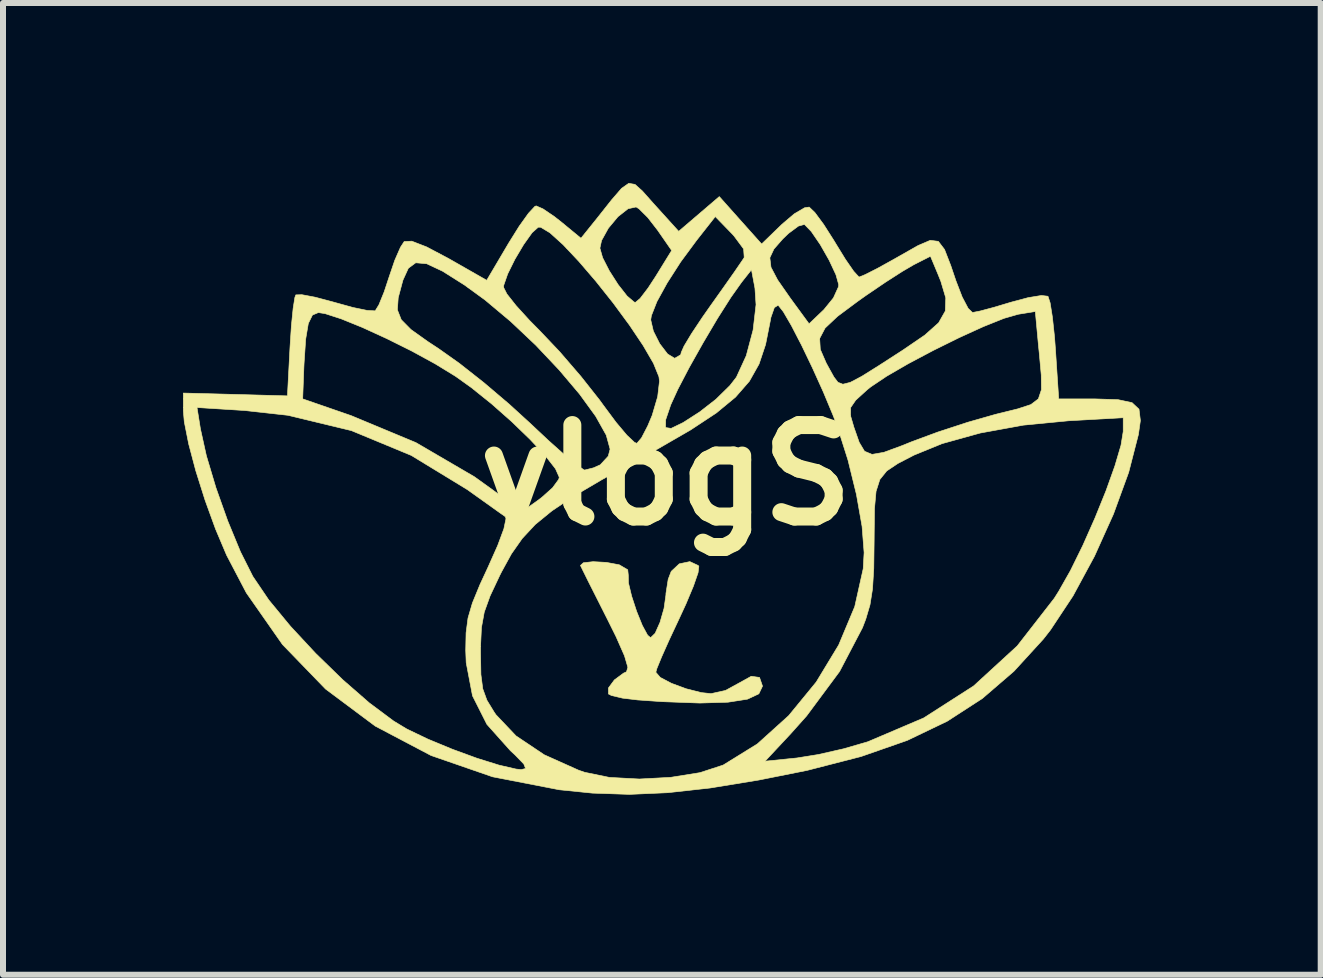
<source format=kicad_pcb>
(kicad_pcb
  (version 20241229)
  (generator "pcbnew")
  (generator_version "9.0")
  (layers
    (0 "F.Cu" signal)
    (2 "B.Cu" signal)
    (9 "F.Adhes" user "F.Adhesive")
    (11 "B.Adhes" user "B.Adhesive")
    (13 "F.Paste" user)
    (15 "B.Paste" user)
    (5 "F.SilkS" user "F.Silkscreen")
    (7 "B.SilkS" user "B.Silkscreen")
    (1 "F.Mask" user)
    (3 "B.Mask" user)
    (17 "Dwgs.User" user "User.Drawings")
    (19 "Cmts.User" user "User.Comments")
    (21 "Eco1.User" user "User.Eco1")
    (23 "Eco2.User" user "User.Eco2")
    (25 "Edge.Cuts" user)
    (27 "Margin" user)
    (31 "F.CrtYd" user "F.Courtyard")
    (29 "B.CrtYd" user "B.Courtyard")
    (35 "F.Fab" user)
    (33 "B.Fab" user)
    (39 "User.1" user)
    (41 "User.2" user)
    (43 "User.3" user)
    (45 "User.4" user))
  (footprint "vlogS"
    (layer "F.Cu")
    (at 8.048 4.868)
    (property "Reference" "vlogS" (at 0 0 0) (layer "F.SilkS") (effects (font (size 1.524 1.524) (thickness 0.3))))
    (attr through_hole)
    (fp_poly (pts (xy 0.538 1.506) (xy 0.548 1.521) (xy 0.535 1.626) (xy 0.458 1.848) (xy 0.332 2.149) (xy 0.215 2.402) (xy 0.056 2.741) (xy -0.071 3.026) (xy -0.151 3.221) (xy -0.169 3.285) (xy -0.095 3.371) (xy 0.091 3.469) (xy 0.337 3.56) (xy 0.59 3.624) (xy 0.752 3.641) (xy 0.992 3.588) (xy 1.215 3.466) (xy 1.421 3.352) (xy 1.559 3.371) (xy 1.609 3.516) (xy 1.548 3.644) (xy 1.359 3.733) (xy 1.033 3.784) (xy 0.564 3.798) (xy -0.059 3.775) (xy -0.466 3.747) (xy -0.724 3.716) (xy -0.909 3.672) (xy -0.958 3.647) (xy -0.959 3.547) (xy -0.86 3.413) (xy -0.706 3.299) (xy -0.658 3.278) (xy -0.635 3.202) (xy -0.691 3.011) (xy -0.831 2.693) (xy -0.974 2.405) (xy -1.147 2.062) (xy -1.292 1.775) (xy -1.39 1.577) (xy -1.425 1.505) (xy -1.376 1.46) (xy -1.214 1.442) (xy -0.994 1.454) (xy -0.778 1.494) (xy -0.637 1.577) (xy -0.628 1.664) (xy -0.625 1.797) (xy -0.572 2.017) (xy -0.489 2.27) (xy -0.394 2.505) (xy -0.306 2.667) (xy -0.256 2.709) (xy -0.18 2.635) (xy -0.099 2.453) (xy -0.032 2.22) (xy -0.000459 1.996) (xy 0 1.971) (xy 0.037 1.736) (xy 0.088 1.603) (xy 0.222 1.478) (xy 0.398 1.441) (xy 0.538 1.506)) (stroke (width 0.01) (type solid)) (fill yes) (layer "F.SilkS"))
    (fp_poly (pts (xy -0.516 -4.845) (xy -0.392 -4.734) (xy -0.217 -4.537) (xy -0.191 -4.508) (xy 0.212 -4.063) (xy 0.889 -4.642) (xy 1.241 -4.247) (xy 1.594 -3.852) (xy 1.934 -4.181) (xy 2.139 -4.355) (xy 2.311 -4.456) (xy 2.387 -4.467) (xy 2.481 -4.377) (xy 2.628 -4.178) (xy 2.798 -3.911) (xy 2.827 -3.863) (xy 2.991 -3.596) (xy 3.128 -3.398) (xy 3.213 -3.305) (xy 3.221 -3.302) (xy 3.32 -3.342) (xy 3.527 -3.447) (xy 3.801 -3.599) (xy 3.896 -3.653) (xy 4.201 -3.826) (xy 4.404 -3.913) (xy 4.539 -3.896) (xy 4.642 -3.761) (xy 4.746 -3.493) (xy 4.832 -3.239) (xy 4.936 -2.969) (xy 5.036 -2.779) (xy 5.108 -2.71) (xy 5.235 -2.735) (xy 5.471 -2.798) (xy 5.751 -2.882) (xy 6.036 -2.958) (xy 6.257 -2.994) (xy 6.366 -2.981) (xy 6.402 -2.871) (xy 6.44 -2.632) (xy 6.475 -2.305) (xy 6.491 -2.09) (xy 6.545 -1.27) (xy 7.157 -1.27) (xy 7.533 -1.258) (xy 7.767 -1.208) (xy 7.883 -1.099) (xy 7.906 -0.91) (xy 7.873 -0.677) (xy 7.711 -0.047) (xy 7.458 0.647) (xy 7.141 1.351) (xy 6.783 2.013) (xy 6.409 2.578) (xy 6.288 2.733) (xy 5.798 3.269) (xy 5.272 3.722) (xy 4.687 4.101) (xy 4.022 4.42) (xy 3.251 4.689) (xy 2.353 4.92) (xy 1.547 5.081) (xy 0.733 5.214) (xy 0.03 5.292) (xy -0.607 5.32) (xy -1.226 5.299) (xy -1.778 5.243) (xy -2.89 5.027) (xy -3.915 4.672) (xy -4.845 4.182) (xy -5.673 3.564) (xy -6.391 2.822) (xy -6.993 1.961) (xy -7.322 1.333) (xy -7.506 0.898) (xy -7.681 0.416) (xy -7.835 -0.072) (xy -7.954 -0.521) (xy -8.027 -0.889) (xy -8.043 -1.075) (xy -8.043 -1.127) (xy -7.815 -1.127) (xy -7.758 -0.771) (xy -7.659 -0.323) (xy -7.5 0.209) (xy -7.303 0.763) (xy -7.091 1.277) (xy -6.885 1.687) (xy -6.881 1.693) (xy -6.619 2.08) (xy -6.259 2.517) (xy -5.837 2.971) (xy -5.387 3.409) (xy -4.943 3.796) (xy -4.538 4.098) (xy -4.32 4.23) (xy -3.965 4.4) (xy -3.559 4.568) (xy -3.149 4.718) (xy -2.78 4.833) (xy -2.498 4.898) (xy -2.413 4.907) (xy -2.339 4.889) (xy -2.369 4.814) (xy -2.516 4.662) (xy -2.591 4.593) (xy -2.984 4.153) (xy -3.224 3.677) (xy -3.329 3.126) (xy -3.335 2.972) (xy -3.09 2.972) (xy -3.084 3.322) (xy -3.053 3.561) (xy -2.984 3.751) (xy -2.862 3.951) (xy -2.833 3.993) (xy -2.499 4.345) (xy -2.029 4.66) (xy -1.456 4.917) (xy -1.355 4.952) (xy -0.943 5.037) (xy -0.444 5.064) (xy 0.079 5.036) (xy 0.566 4.958) (xy 0.952 4.832) (xy 0.959 4.828) (xy 1.058 4.767) (xy 1.651 4.767) (xy 2.184 4.713) (xy 2.538 4.656) (xy 2.961 4.56) (xy 3.361 4.444) (xy 3.369 4.441) (xy 4.296 4.046) (xy 5.127 3.513) (xy 5.853 2.847) (xy 6.471 2.053) (xy 6.546 1.934) (xy 6.741 1.59) (xy 6.947 1.171) (xy 7.149 0.715) (xy 7.333 0.261) (xy 7.482 -0.156) (xy 7.583 -0.498) (xy 7.62 -0.727) (xy 7.62 -0.957) (xy 6.71 -0.906) (xy 5.956 -0.833) (xy 5.238 -0.702) (xy 4.601 -0.525) (xy 4.134 -0.334) (xy 3.864 -0.194) (xy 3.679 -0.07) (xy 3.564 0.073) (xy 3.501 0.27) (xy 3.475 0.557) (xy 3.47 0.969) (xy 3.469 1.093) (xy 3.463 1.555) (xy 3.442 1.896) (xy 3.4 2.161) (xy 3.33 2.398) (xy 3.275 2.542) (xy 2.893 3.272) (xy 2.344 4.012) (xy 2.078 4.31) (xy 1.651 4.767) (xy 1.058 4.767) (xy 1.523 4.479) (xy 2.045 4.008) (xy 2.504 3.448) (xy 2.878 2.831) (xy 3.146 2.191) (xy 3.287 1.56) (xy 3.302 1.291) (xy 3.268 0.854) (xy 3.174 0.321) (xy 3.034 -0.249) (xy 2.86 -0.798) (xy 2.788 -0.989) (xy 3.076 -0.989) (xy 3.131 -0.801) (xy 3.22 -0.547) (xy 3.309 -0.398) (xy 3.434 -0.346) (xy 3.631 -0.38) (xy 3.935 -0.492) (xy 4.088 -0.554) (xy 4.525 -0.716) (xy 5.026 -0.88) (xy 5.488 -1.012) (xy 5.524 -1.021) (xy 5.861 -1.104) (xy 6.081 -1.176) (xy 6.206 -1.271) (xy 6.257 -1.424) (xy 6.254 -1.669) (xy 6.22 -2.041) (xy 6.209 -2.147) (xy 6.155 -2.727) (xy 5.87 -2.681) (xy 5.633 -2.613) (xy 5.291 -2.476) (xy 4.885 -2.291) (xy 4.454 -2.078) (xy 4.039 -1.858) (xy 3.678 -1.649) (xy 3.414 -1.472) (xy 3.353 -1.423) (xy 3.162 -1.249) (xy 3.077 -1.125) (xy 3.076 -0.989) (xy 2.788 -0.989) (xy 2.788 -0.989) (xy 2.623 -1.385) (xy 2.44 -1.79) (xy 2.258 -2.169) (xy 2.201 -2.278) (xy 2.561 -2.278) (xy 2.572 -2.095) (xy 2.67 -1.869) (xy 2.723 -1.772) (xy 2.799 -1.635) (xy 2.866 -1.547) (xy 2.948 -1.515) (xy 3.072 -1.546) (xy 3.263 -1.647) (xy 3.546 -1.824) (xy 3.947 -2.083) (xy 4.313 -2.333) (xy 4.544 -2.539) (xy 4.655 -2.735) (xy 4.663 -2.954) (xy 4.581 -3.229) (xy 4.532 -3.351) (xy 4.408 -3.648) (xy 4.13 -3.507) (xy 3.937 -3.394) (xy 3.655 -3.213) (xy 3.334 -2.995) (xy 3.196 -2.897) (xy 2.859 -2.646) (xy 2.652 -2.451) (xy 2.561 -2.278) (xy 2.201 -2.278) (xy 2.091 -2.491) (xy 1.956 -2.723) (xy 1.87 -2.832) (xy 1.869 -2.832) (xy 1.806 -2.792) (xy 1.749 -2.63) (xy 1.737 -2.564) (xy 1.66 -2.177) (xy 1.551 -1.851) (xy 1.39 -1.565) (xy 1.159 -1.3) (xy 0.839 -1.036) (xy 0.41 -0.753) (xy -0.146 -0.432) (xy -0.471 -0.254) (xy -1.069 0.076) (xy -1.538 0.352) (xy -1.9 0.595) (xy -2.178 0.822) (xy -2.395 1.055) (xy -2.575 1.311) (xy -2.739 1.61) (xy -2.767 1.665) (xy -2.931 2.013) (xy -3.028 2.282) (xy -3.075 2.54) (xy -3.09 2.857) (xy -3.09 2.972) (xy -3.335 2.972) (xy -3.337 2.921) (xy -3.331 2.627) (xy -3.299 2.382) (xy -3.226 2.132) (xy -3.1 1.825) (xy -2.967 1.538) (xy -2.804 1.172) (xy -2.701 0.894) (xy -2.666 0.726) (xy -2.677 0.692) (xy -2.782 0.618) (xy -2.985 0.473) (xy -3.246 0.287) (xy -3.307 0.243) (xy -4.243 -0.328) (xy -5.242 -0.742) (xy -6.298 -0.997) (xy -7.019 -1.077) (xy -7.815 -1.127) (xy -8.043 -1.127) (xy -8.043 -1.271) (xy -6.054 -1.271) (xy -5.245 -0.991) (xy -4.167 -0.542) (xy -3.194 0.026) (xy -2.885 0.248) (xy -2.649 0.421) (xy -2.473 0.545) (xy -2.392 0.593) (xy -2.392 0.593) (xy -2.311 0.546) (xy -2.146 0.429) (xy -2.069 0.371) (xy -1.889 0.21) (xy -1.787 0.07) (xy -1.778 0.035) (xy -1.841 -0.106) (xy -2.011 -0.325) (xy -2.264 -0.595) (xy -2.571 -0.892) (xy -2.907 -1.189) (xy -3.246 -1.461) (xy -3.505 -1.646) (xy -3.841 -1.852) (xy -4.236 -2.068) (xy -4.654 -2.276) (xy -5.058 -2.461) (xy -5.413 -2.605) (xy -5.682 -2.692) (xy -5.793 -2.709) (xy -5.891 -2.668) (xy -5.96 -2.528) (xy -6.004 -2.267) (xy -6.031 -1.863) (xy -6.034 -1.799) (xy -6.054 -1.271) (xy -8.043 -1.271) (xy -8.043 -1.368) (xy -7.176 -1.345) (xy -6.308 -1.321) (xy -6.265 -2.135) (xy -6.242 -2.491) (xy -6.213 -2.78) (xy -6.184 -2.962) (xy -6.168 -3.004) (xy -6.067 -3.007) (xy -5.849 -2.966) (xy -5.559 -2.889) (xy -5.516 -2.877) (xy -5.216 -2.794) (xy -4.979 -2.745) (xy -4.85 -2.738) (xy -4.844 -2.74) (xy -4.835 -2.755) (xy -4.476 -2.755) (xy -4.411 -2.59) (xy -4.249 -2.426) (xy -3.97 -2.227) (xy -3.789 -2.108) (xy -3.443 -1.863) (xy -3.033 -1.54) (xy -2.613 -1.183) (xy -2.27 -0.87) (xy -1.961 -0.58) (xy -1.69 -0.338) (xy -1.483 -0.167) (xy -1.366 -0.088) (xy -1.354 -0.085) (xy -1.207 -0.122) (xy -1.095 -0.172) (xy -0.962 -0.316) (xy -0.931 -0.433) (xy -0.995 -0.667) (xy -1.171 -0.981) (xy -1.44 -1.351) (xy -1.78 -1.753) (xy -2.169 -2.165) (xy -2.588 -2.561) (xy -3.015 -2.919) (xy -3.305 -3.13) (xy -2.707 -3.13) (xy -2.651 -3.019) (xy -2.497 -2.824) (xy -2.272 -2.577) (xy -2.108 -2.411) (xy -1.772 -2.057) (xy -1.417 -1.645) (xy -1.106 -1.251) (xy -1.04 -1.16) (xy -0.831 -0.879) (xy -0.65 -0.664) (xy -0.523 -0.545) (xy -0.485 -0.53) (xy -0.408 -0.62) (xy -0.318 -0.793) (xy -0.007 -0.793) (xy 0.086 -0.779) (xy 0.288 -0.877) (xy 0.563 -1.054) (xy 0.833 -1.264) (xy 1.066 -1.493) (xy 1.174 -1.632) (xy 1.338 -1.99) (xy 1.452 -2.418) (xy 1.501 -2.841) (xy 1.483 -3.114) (xy 1.425 -3.423) (xy 1.26 -3.214) (xy 1.082 -2.963) (xy 0.858 -2.61) (xy 0.618 -2.204) (xy 0.388 -1.795) (xy 0.198 -1.431) (xy 0.079 -1.171) (xy -0.005 -0.923) (xy -0.007 -0.793) (xy -0.318 -0.793) (xy -0.304 -0.82) (xy -0.23 -0.996) (xy -0.138 -1.308) (xy -0.108 -1.565) (xy -0.117 -1.64) (xy -0.208 -1.864) (xy -0.38 -2.16) (xy -0.61 -2.503) (xy -0.673 -2.588) (xy -0.254 -2.588) (xy -0.21 -2.4) (xy -0.104 -2.19) (xy 0.027 -2.019) (xy 0.145 -1.947) (xy 0.145 -1.947) (xy 0.246 -2.006) (xy 0.254 -2.044) (xy 0.301 -2.15) (xy 0.426 -2.358) (xy 0.609 -2.633) (xy 0.745 -2.827) (xy 0.961 -3.131) (xy 1.144 -3.391) (xy 1.268 -3.572) (xy 1.302 -3.623) (xy 1.731 -3.623) (xy 1.75 -3.464) (xy 1.86 -3.254) (xy 2.069 -2.954) (xy 2.115 -2.891) (xy 2.385 -2.522) (xy 2.632 -2.758) (xy 2.791 -2.954) (xy 2.875 -3.139) (xy 2.879 -3.174) (xy 2.833 -3.339) (xy 2.72 -3.581) (xy 2.572 -3.841) (xy 2.422 -4.06) (xy 2.308 -4.178) (xy 2.208 -4.151) (xy 2.043 -4.029) (xy 1.946 -3.936) (xy 1.799 -3.768) (xy 1.731 -3.623) (xy 1.302 -3.623) (xy 1.304 -3.627) (xy 1.294 -3.77) (xy 1.133 -3.987) (xy 1.098 -4.025) (xy 0.822 -4.309) (xy 0.509 -3.911) (xy 0.246 -3.555) (xy 0.02 -3.203) (xy -0.151 -2.892) (xy -0.243 -2.658) (xy -0.254 -2.588) (xy -0.673 -2.588) (xy -0.879 -2.868) (xy -1.167 -3.23) (xy -1.452 -3.562) (xy -1.66 -3.783) (xy -1.101 -3.783) (xy -1.056 -3.624) (xy -0.944 -3.405) (xy -0.797 -3.175) (xy -0.648 -2.985) (xy -0.53 -2.884) (xy -0.508 -2.879) (xy -0.43 -2.945) (xy -0.298 -3.118) (xy -0.172 -3.311) (xy 0.095 -3.744) (xy -0.14 -4.083) (xy -0.303 -4.293) (xy -0.448 -4.437) (xy -0.497 -4.469) (xy -0.631 -4.44) (xy -0.8 -4.307) (xy -0.96 -4.115) (xy -1.073 -3.911) (xy -1.101 -3.783) (xy -1.66 -3.783) (xy -1.714 -3.84) (xy -1.933 -4.038) (xy -2.087 -4.131) (xy -2.128 -4.132) (xy -2.232 -4.039) (xy -2.372 -3.842) (xy -2.518 -3.596) (xy -2.638 -3.353) (xy -2.703 -3.166) (xy -2.707 -3.13) (xy -3.305 -3.13) (xy -3.354 -3.166) (xy -3.723 -3.399) (xy -3.987 -3.523) (xy -4.17 -3.539) (xy -4.293 -3.448) (xy -4.382 -3.253) (xy -4.389 -3.229) (xy -4.462 -2.956) (xy -4.476 -2.755) (xy -4.835 -2.755) (xy -4.783 -2.84) (xy -4.696 -3.054) (xy -4.615 -3.299) (xy -4.519 -3.581) (xy -4.424 -3.798) (xy -4.362 -3.893) (xy -4.236 -3.899) (xy -3.988 -3.803) (xy -3.625 -3.611) (xy -2.987 -3.247) (xy -2.621 -3.867) (xy -2.445 -4.149) (xy -2.291 -4.364) (xy -2.185 -4.478) (xy -2.163 -4.487) (xy -2.049 -4.437) (xy -1.86 -4.309) (xy -1.743 -4.217) (xy -1.416 -3.948) (xy -1.152 -4.276) (xy -0.906 -4.587) (xy -0.739 -4.78) (xy -0.62 -4.863) (xy -0.516 -4.845)) (stroke (width 0.01) (type solid)) (fill yes) (layer "F.SilkS")))
  (gr_rect
    (start -3 -3)
    (end 18.959 13.194)
    (stroke (width 0.1) (type default))
    (fill no)
    (layer "Edge.Cuts")))
</source>
